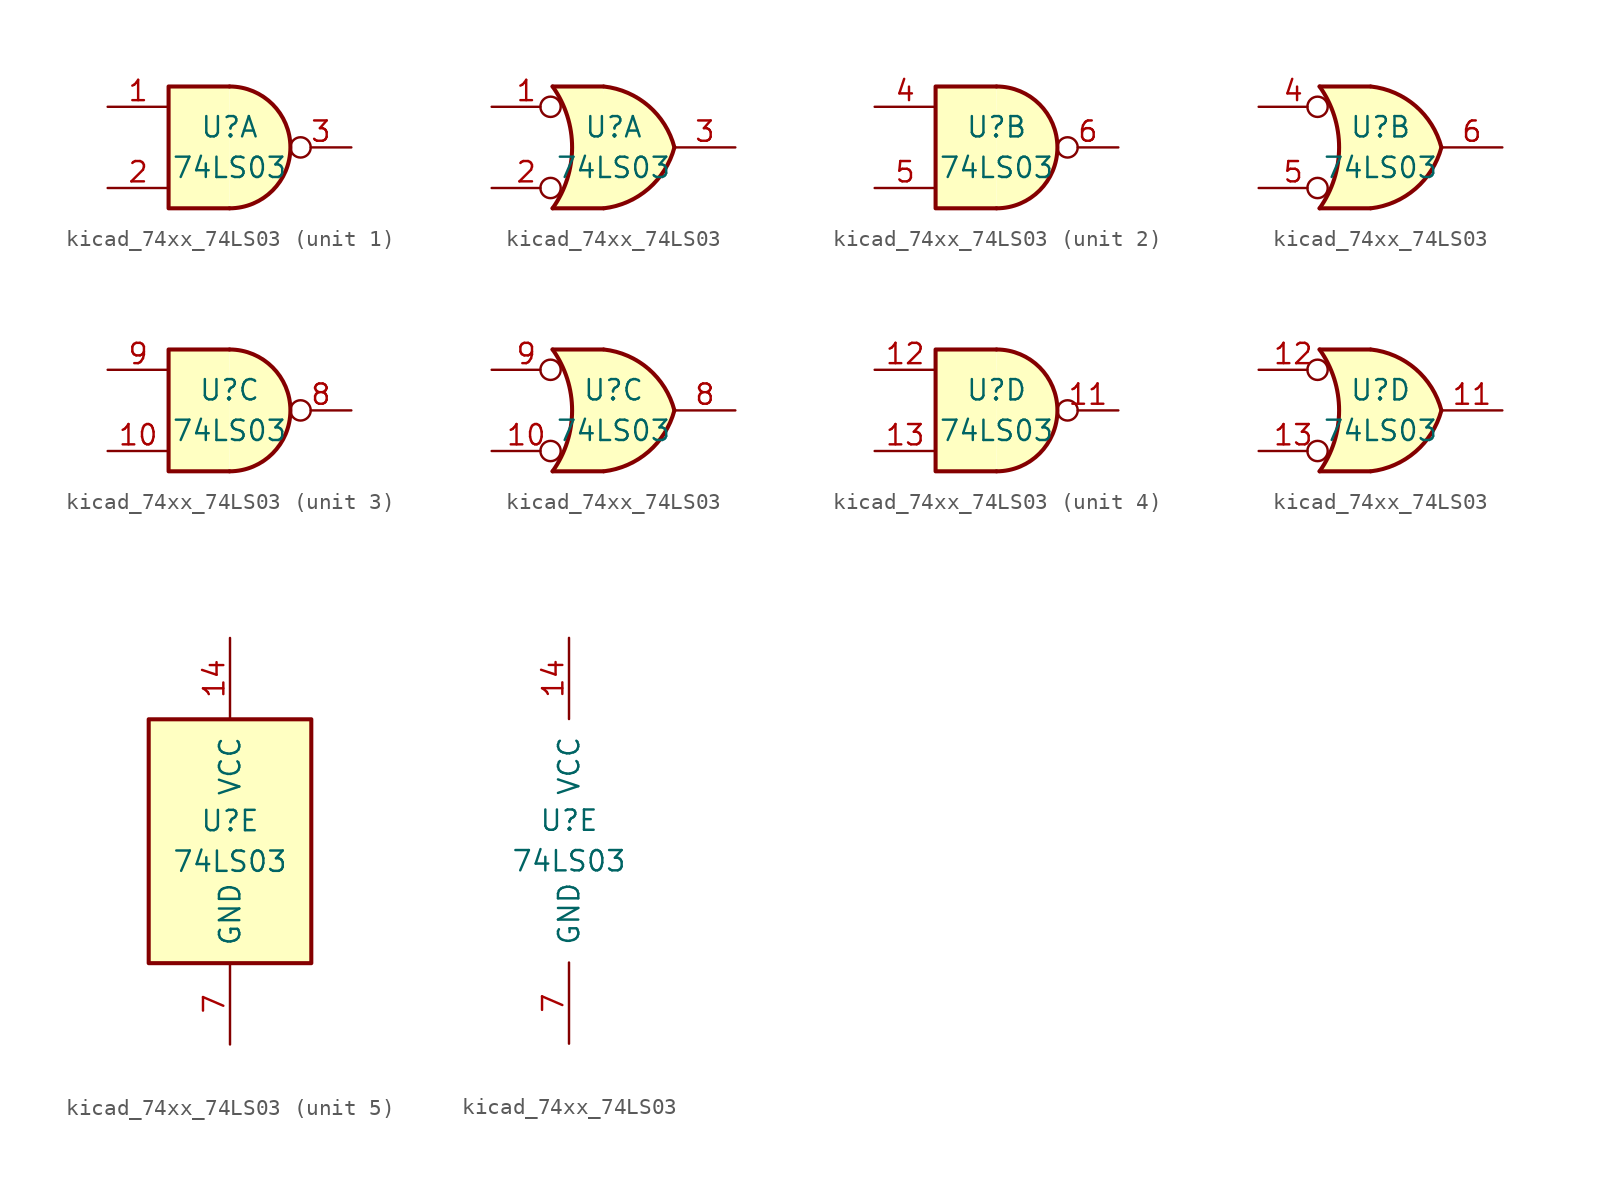
<source format=kicad_sym>
(kicad_symbol_lib
  (version 20220914)
  (generator kicad_symbol_editor)
  (symbol "kicad_74xx_74LS03"
    (pin_names
      (offset 1.016))
    (property "Reference" "U"
      (at 0 1.27 0)
      (effects (font (size 1.27 1.27))))
    (property "Value" "74LS03"
      (at 0 -1.27 0)
      (effects (font (size 1.27 1.27))))
    (property "ki_locked" ""
      (at 0 0 0)
      (effects (font (size 1.27 1.27))))
    (symbol "kicad_74xx_74LS03_1_1"
      (arc (start 0 -3.81) (mid 3.7934 0) (end 0 3.81) (stroke (width 0.254) (type default)) (fill (type background)))
      (polyline (pts (xy 0 3.81) (xy -3.81 3.81) (xy -3.81 -3.81) (xy 0 -3.81)) (stroke (width 0.254) (type default)) (fill (type background)))
      (pin input line (at -7.62 2.54 0) (length 3.81) (name "~" (effects (font (size 1.27 1.27)))) (number "1" (effects (font (size 1.27 1.27)))))
      (pin input line (at -7.62 -2.54 0) (length 3.81) (name "~" (effects (font (size 1.27 1.27)))) (number "2" (effects (font (size 1.27 1.27)))))
      (pin open_collector inverted (at 7.62 0 180) (length 3.81) (name "~" (effects (font (size 1.27 1.27)))) (number "3" (effects (font (size 1.27 1.27))))))
    (symbol "kicad_74xx_74LS03_1_2"
      (arc (start -3.81 -3.81) (mid -2.589 0) (end -3.81 3.81) (stroke (width 0.254) (type default)) (fill (type none)))
      (arc (start -0.6096 -3.81) (mid 2.1842 -2.5851) (end 3.81 0) (stroke (width 0.254) (type default)) (fill (type background)))
      (polyline (pts (xy -3.81 -3.81) (xy -0.635 -3.81)) (stroke (width 0.254) (type default)) (fill (type background)))
      (polyline (pts (xy -3.81 3.81) (xy -0.635 3.81)) (stroke (width 0.254) (type default)) (fill (type background)))
      (polyline (pts (xy -0.635 3.81) (xy -3.81 3.81) (xy -3.81 3.81) (xy -3.556 3.404) (xy -3.023 2.261) (xy -2.692 1.041) (xy -2.616 -0.254) (xy -2.769 -1.499) (xy -3.175 -2.718) (xy -3.81 -3.81) (xy -3.81 -3.81) (xy -0.635 -3.81)) (stroke (width -25.4) (type default)) (fill (type background)))
      (arc (start 3.81 0) (mid 2.1915 2.5936) (end -0.6096 3.81) (stroke (width 0.254) (type default)) (fill (type background)))
      (pin input inverted (at -7.62 2.54 0) (length 4.318) (name "~" (effects (font (size 1.27 1.27)))) (number "1" (effects (font (size 1.27 1.27)))))
      (pin input inverted (at -7.62 -2.54 0) (length 4.318) (name "~" (effects (font (size 1.27 1.27)))) (number "2" (effects (font (size 1.27 1.27)))))
      (pin open_collector line (at 7.62 0 180) (length 3.81) (name "~" (effects (font (size 1.27 1.27)))) (number "3" (effects (font (size 1.27 1.27))))))
    (symbol "kicad_74xx_74LS03_2_1"
      (arc (start 0 -3.81) (mid 3.7934 0) (end 0 3.81) (stroke (width 0.254) (type default)) (fill (type background)))
      (polyline (pts (xy 0 3.81) (xy -3.81 3.81) (xy -3.81 -3.81) (xy 0 -3.81)) (stroke (width 0.254) (type default)) (fill (type background)))
      (pin input line (at -7.62 2.54 0) (length 3.81) (name "~" (effects (font (size 1.27 1.27)))) (number "4" (effects (font (size 1.27 1.27)))))
      (pin input line (at -7.62 -2.54 0) (length 3.81) (name "~" (effects (font (size 1.27 1.27)))) (number "5" (effects (font (size 1.27 1.27)))))
      (pin open_collector inverted (at 7.62 0 180) (length 3.81) (name "~" (effects (font (size 1.27 1.27)))) (number "6" (effects (font (size 1.27 1.27))))))
    (symbol "kicad_74xx_74LS03_2_2"
      (arc (start -3.81 -3.81) (mid -2.589 0) (end -3.81 3.81) (stroke (width 0.254) (type default)) (fill (type none)))
      (arc (start -0.6096 -3.81) (mid 2.1842 -2.5851) (end 3.81 0) (stroke (width 0.254) (type default)) (fill (type background)))
      (polyline (pts (xy -3.81 -3.81) (xy -0.635 -3.81)) (stroke (width 0.254) (type default)) (fill (type background)))
      (polyline (pts (xy -3.81 3.81) (xy -0.635 3.81)) (stroke (width 0.254) (type default)) (fill (type background)))
      (polyline (pts (xy -0.635 3.81) (xy -3.81 3.81) (xy -3.81 3.81) (xy -3.556 3.404) (xy -3.023 2.261) (xy -2.692 1.041) (xy -2.616 -0.254) (xy -2.769 -1.499) (xy -3.175 -2.718) (xy -3.81 -3.81) (xy -3.81 -3.81) (xy -0.635 -3.81)) (stroke (width -25.4) (type default)) (fill (type background)))
      (arc (start 3.81 0) (mid 2.1915 2.5936) (end -0.6096 3.81) (stroke (width 0.254) (type default)) (fill (type background)))
      (pin input inverted (at -7.62 2.54 0) (length 4.318) (name "~" (effects (font (size 1.27 1.27)))) (number "4" (effects (font (size 1.27 1.27)))))
      (pin input inverted (at -7.62 -2.54 0) (length 4.318) (name "~" (effects (font (size 1.27 1.27)))) (number "5" (effects (font (size 1.27 1.27)))))
      (pin open_collector line (at 7.62 0 180) (length 3.81) (name "~" (effects (font (size 1.27 1.27)))) (number "6" (effects (font (size 1.27 1.27))))))
    (symbol "kicad_74xx_74LS03_3_1"
      (arc (start 0 -3.81) (mid 3.7934 0) (end 0 3.81) (stroke (width 0.254) (type default)) (fill (type background)))
      (polyline (pts (xy 0 3.81) (xy -3.81 3.81) (xy -3.81 -3.81) (xy 0 -3.81)) (stroke (width 0.254) (type default)) (fill (type background)))
      (pin input line (at -7.62 -2.54 0) (length 3.81) (name "~" (effects (font (size 1.27 1.27)))) (number "10" (effects (font (size 1.27 1.27)))))
      (pin open_collector inverted (at 7.62 0 180) (length 3.81) (name "~" (effects (font (size 1.27 1.27)))) (number "8" (effects (font (size 1.27 1.27)))))
      (pin input line (at -7.62 2.54 0) (length 3.81) (name "~" (effects (font (size 1.27 1.27)))) (number "9" (effects (font (size 1.27 1.27))))))
    (symbol "kicad_74xx_74LS03_3_2"
      (arc (start -3.81 -3.81) (mid -2.589 0) (end -3.81 3.81) (stroke (width 0.254) (type default)) (fill (type none)))
      (arc (start -0.6096 -3.81) (mid 2.1842 -2.5851) (end 3.81 0) (stroke (width 0.254) (type default)) (fill (type background)))
      (polyline (pts (xy -3.81 -3.81) (xy -0.635 -3.81)) (stroke (width 0.254) (type default)) (fill (type background)))
      (polyline (pts (xy -3.81 3.81) (xy -0.635 3.81)) (stroke (width 0.254) (type default)) (fill (type background)))
      (polyline (pts (xy -0.635 3.81) (xy -3.81 3.81) (xy -3.81 3.81) (xy -3.556 3.404) (xy -3.023 2.261) (xy -2.692 1.041) (xy -2.616 -0.254) (xy -2.769 -1.499) (xy -3.175 -2.718) (xy -3.81 -3.81) (xy -3.81 -3.81) (xy -0.635 -3.81)) (stroke (width -25.4) (type default)) (fill (type background)))
      (arc (start 3.81 0) (mid 2.1915 2.5936) (end -0.6096 3.81) (stroke (width 0.254) (type default)) (fill (type background)))
      (pin input inverted (at -7.62 -2.54 0) (length 4.318) (name "~" (effects (font (size 1.27 1.27)))) (number "10" (effects (font (size 1.27 1.27)))))
      (pin open_collector line (at 7.62 0 180) (length 3.81) (name "~" (effects (font (size 1.27 1.27)))) (number "8" (effects (font (size 1.27 1.27)))))
      (pin input inverted (at -7.62 2.54 0) (length 4.318) (name "~" (effects (font (size 1.27 1.27)))) (number "9" (effects (font (size 1.27 1.27))))))
    (symbol "kicad_74xx_74LS03_4_1"
      (arc (start 0 -3.81) (mid 3.7934 0) (end 0 3.81) (stroke (width 0.254) (type default)) (fill (type background)))
      (polyline (pts (xy 0 3.81) (xy -3.81 3.81) (xy -3.81 -3.81) (xy 0 -3.81)) (stroke (width 0.254) (type default)) (fill (type background)))
      (pin open_collector inverted (at 7.62 0 180) (length 3.81) (name "~" (effects (font (size 1.27 1.27)))) (number "11" (effects (font (size 1.27 1.27)))))
      (pin input line (at -7.62 2.54 0) (length 3.81) (name "~" (effects (font (size 1.27 1.27)))) (number "12" (effects (font (size 1.27 1.27)))))
      (pin input line (at -7.62 -2.54 0) (length 3.81) (name "~" (effects (font (size 1.27 1.27)))) (number "13" (effects (font (size 1.27 1.27))))))
    (symbol "kicad_74xx_74LS03_4_2"
      (arc (start -3.81 -3.81) (mid -2.589 0) (end -3.81 3.81) (stroke (width 0.254) (type default)) (fill (type none)))
      (arc (start -0.6096 -3.81) (mid 2.1842 -2.5851) (end 3.81 0) (stroke (width 0.254) (type default)) (fill (type background)))
      (polyline (pts (xy -3.81 -3.81) (xy -0.635 -3.81)) (stroke (width 0.254) (type default)) (fill (type background)))
      (polyline (pts (xy -3.81 3.81) (xy -0.635 3.81)) (stroke (width 0.254) (type default)) (fill (type background)))
      (polyline (pts (xy -0.635 3.81) (xy -3.81 3.81) (xy -3.81 3.81) (xy -3.556 3.404) (xy -3.023 2.261) (xy -2.692 1.041) (xy -2.616 -0.254) (xy -2.769 -1.499) (xy -3.175 -2.718) (xy -3.81 -3.81) (xy -3.81 -3.81) (xy -0.635 -3.81)) (stroke (width -25.4) (type default)) (fill (type background)))
      (arc (start 3.81 0) (mid 2.1915 2.5936) (end -0.6096 3.81) (stroke (width 0.254) (type default)) (fill (type background)))
      (pin open_collector line (at 7.62 0 180) (length 3.81) (name "~" (effects (font (size 1.27 1.27)))) (number "11" (effects (font (size 1.27 1.27)))))
      (pin input inverted (at -7.62 2.54 0) (length 4.318) (name "~" (effects (font (size 1.27 1.27)))) (number "12" (effects (font (size 1.27 1.27)))))
      (pin input inverted (at -7.62 -2.54 0) (length 4.318) (name "~" (effects (font (size 1.27 1.27)))) (number "13" (effects (font (size 1.27 1.27))))))
    (symbol "kicad_74xx_74LS03_5_0"
      (pin power_in line (at 0 12.7 270) (length 5.08) (name "VCC" (effects (font (size 1.27 1.27)))) (number "14" (effects (font (size 1.27 1.27)))))
      (pin power_in line (at 0 -12.7 90) (length 5.08) (name "GND" (effects (font (size 1.27 1.27)))) (number "7" (effects (font (size 1.27 1.27))))))
    (symbol "kicad_74xx_74LS03_5_1"
      (rectangle (start -5.08 7.62) (end 5.08 -7.62) (stroke (width 0.254) (type default)) (fill (type background))))))
</source>
